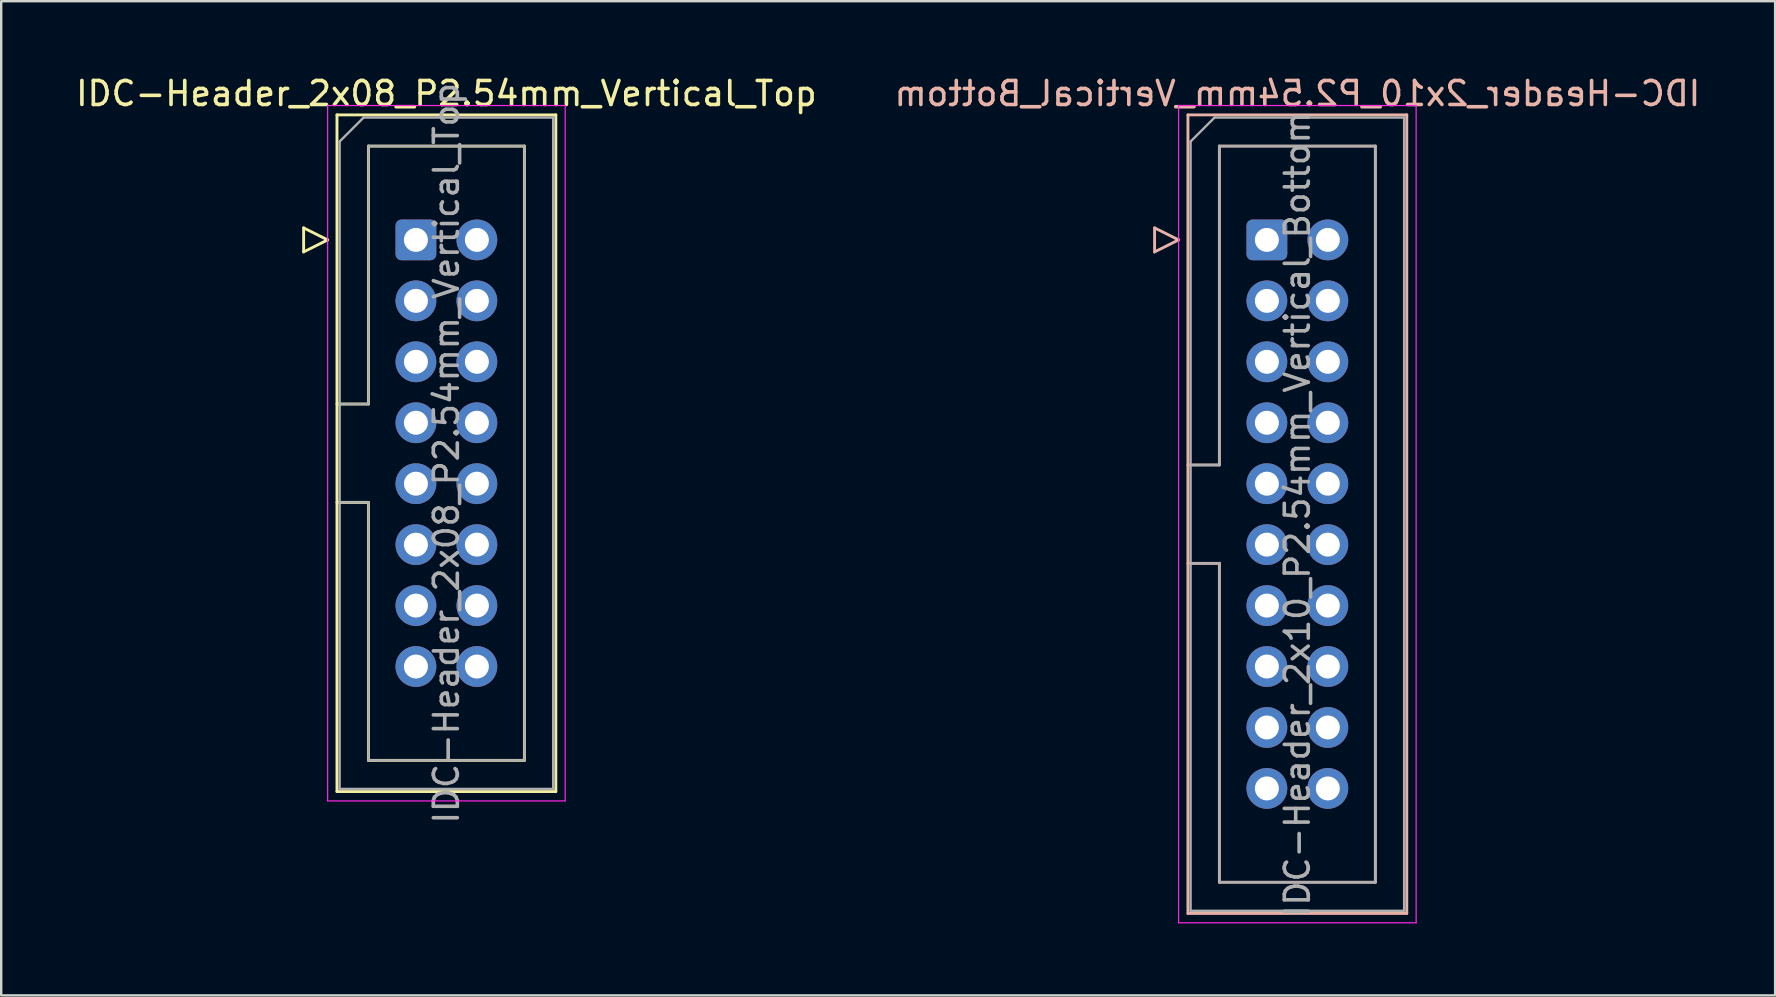
<source format=kicad_pcb>
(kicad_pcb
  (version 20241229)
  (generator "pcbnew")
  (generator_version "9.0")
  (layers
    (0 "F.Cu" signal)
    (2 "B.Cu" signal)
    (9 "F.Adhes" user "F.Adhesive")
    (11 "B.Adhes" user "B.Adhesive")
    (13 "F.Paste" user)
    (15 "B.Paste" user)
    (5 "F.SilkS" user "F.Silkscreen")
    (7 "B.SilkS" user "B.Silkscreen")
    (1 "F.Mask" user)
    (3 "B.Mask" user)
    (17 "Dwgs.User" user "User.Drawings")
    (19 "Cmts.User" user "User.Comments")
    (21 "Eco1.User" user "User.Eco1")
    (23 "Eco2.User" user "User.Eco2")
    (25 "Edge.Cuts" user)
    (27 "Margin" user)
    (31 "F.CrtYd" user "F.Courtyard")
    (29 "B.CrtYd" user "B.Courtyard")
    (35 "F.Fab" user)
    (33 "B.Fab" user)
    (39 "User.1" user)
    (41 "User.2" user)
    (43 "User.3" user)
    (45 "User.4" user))
  (footprint "IDC-Header_2x10_P2.54mm_Vertical_Bottom"
    (layer "F.Cu")
    (at 49.748 6.948)
    (property "Reference" "IDC-Header_2x10_P2.54mm_Vertical_Bottom" (at 1.27 -6.1 0) (layer "B.SilkS") (effects (font (size 1 1) (thickness 0.15)) (justify mirror)))
    (attr through_hole)
    (fp_line (start -1.98 13.48) (end -1.98 13.48) (stroke (width 0.12) (type solid)) (layer "F.SilkS"))
    (fp_line (start -4.68 -0.5) (end -4.68 0.5) (stroke (width 0.12) (type solid)) (layer "B.SilkS"))
    (fp_line (start -4.68 0.5) (end -3.68 0) (stroke (width 0.12) (type solid)) (layer "B.SilkS"))
    (fp_line (start -3.68 0) (end -4.68 -0.5) (stroke (width 0.12) (type solid)) (layer "B.SilkS"))
    (fp_line (start -3.29 -5.21) (end 5.83 -5.21) (stroke (width 0.12) (type solid)) (layer "B.SilkS"))
    (fp_line (start -3.29 9.38) (end -1.98 9.38) (stroke (width 0.12) (type solid)) (layer "B.SilkS"))
    (fp_line (start -3.29 28.07) (end -3.29 -5.21) (stroke (width 0.12) (type solid)) (layer "B.SilkS"))
    (fp_line (start -1.98 -3.91) (end 4.52 -3.91) (stroke (width 0.12) (type solid)) (layer "B.SilkS"))
    (fp_line (start -1.98 9.38) (end -1.98 -3.91) (stroke (width 0.12) (type solid)) (layer "B.SilkS"))
    (fp_line (start -1.98 13.48) (end -3.29 13.48) (stroke (width 0.12) (type solid)) (layer "B.SilkS"))
    (fp_line (start -1.98 26.77) (end -1.98 13.48) (stroke (width 0.12) (type solid)) (layer "B.SilkS"))
    (fp_line (start 4.52 -3.91) (end 4.52 26.77) (stroke (width 0.12) (type solid)) (layer "B.SilkS"))
    (fp_line (start 4.52 26.77) (end -1.98 26.77) (stroke (width 0.12) (type solid)) (layer "B.SilkS"))
    (fp_line (start 5.83 -5.21) (end 5.83 28.07) (stroke (width 0.12) (type solid)) (layer "B.SilkS"))
    (fp_line (start 5.83 28.07) (end -3.29 28.07) (stroke (width 0.12) (type solid)) (layer "B.SilkS"))
    (fp_line (start -3.68 -5.6) (end -3.68 28.46) (stroke (width 0.05) (type solid)) (layer "F.CrtYd"))
    (fp_line (start -3.68 28.46) (end 6.22 28.46) (stroke (width 0.05) (type solid)) (layer "F.CrtYd"))
    (fp_line (start 6.22 -5.6) (end -3.68 -5.6) (stroke (width 0.05) (type solid)) (layer "F.CrtYd"))
    (fp_line (start 6.22 28.46) (end 6.22 -5.6) (stroke (width 0.05) (type solid)) (layer "F.CrtYd"))
    (fp_line (start -3.18 -4.1) (end -2.18 -5.1) (stroke (width 0.1) (type solid)) (layer "F.Fab"))
    (fp_line (start -3.18 9.38) (end -1.98 9.38) (stroke (width 0.1) (type solid)) (layer "F.Fab"))
    (fp_line (start -3.18 27.96) (end -3.18 -4.1) (stroke (width 0.1) (type solid)) (layer "F.Fab"))
    (fp_line (start -2.18 -5.1) (end 5.72 -5.1) (stroke (width 0.1) (type solid)) (layer "F.Fab"))
    (fp_line (start -1.98 -3.91) (end 4.52 -3.91) (stroke (width 0.1) (type solid)) (layer "F.Fab"))
    (fp_line (start -1.98 9.38) (end -1.98 -3.91) (stroke (width 0.1) (type solid)) (layer "F.Fab"))
    (fp_line (start -1.98 13.48) (end -3.18 13.48) (stroke (width 0.1) (type solid)) (layer "F.Fab"))
    (fp_line (start -1.98 13.48) (end -1.98 13.48) (stroke (width 0.1) (type solid)) (layer "F.Fab"))
    (fp_line (start -1.98 26.77) (end -1.98 13.48) (stroke (width 0.1) (type solid)) (layer "F.Fab"))
    (fp_line (start 4.52 -3.91) (end 4.52 26.77) (stroke (width 0.1) (type solid)) (layer "F.Fab"))
    (fp_line (start 4.52 26.77) (end -1.98 26.77) (stroke (width 0.1) (type solid)) (layer "F.Fab"))
    (fp_line (start 5.72 -5.1) (end 5.72 27.96) (stroke (width 0.1) (type solid)) (layer "F.Fab"))
    (fp_line (start 5.72 27.96) (end -3.18 27.96) (stroke (width 0.1) (type solid)) (layer "F.Fab"))
    (fp_text user "${REFERENCE}" (at 1.27 11.43 90) (layer "F.Fab") (effects (font (size 1 1) (thickness 0.15))))
    (pad "1" thru_hole roundrect (at 0 0) (size 1.7 1.7) (drill 1) (layers "*.Cu" "F.Mask") (roundrect_rratio 0.147))
    (pad "2" thru_hole circle (at 2.54 0) (size 1.7 1.7) (drill 1) (layers "*.Cu" "F.Mask"))
    (pad "3" thru_hole circle (at 0 2.54) (size 1.7 1.7) (drill 1) (layers "*.Cu" "F.Mask"))
    (pad "4" thru_hole circle (at 2.54 2.54) (size 1.7 1.7) (drill 1) (layers "*.Cu" "F.Mask"))
    (pad "5" thru_hole circle (at 0 5.08) (size 1.7 1.7) (drill 1) (layers "*.Cu" "F.Mask"))
    (pad "6" thru_hole circle (at 2.54 5.08) (size 1.7 1.7) (drill 1) (layers "*.Cu" "F.Mask"))
    (pad "7" thru_hole circle (at 0 7.62) (size 1.7 1.7) (drill 1) (layers "*.Cu" "F.Mask"))
    (pad "8" thru_hole circle (at 2.54 7.62) (size 1.7 1.7) (drill 1) (layers "*.Cu" "F.Mask"))
    (pad "9" thru_hole circle (at 0 10.16) (size 1.7 1.7) (drill 1) (layers "*.Cu" "F.Mask"))
    (pad "10" thru_hole circle (at 2.54 10.16) (size 1.7 1.7) (drill 1) (layers "*.Cu" "F.Mask"))
    (pad "11" thru_hole circle (at 0 12.7) (size 1.7 1.7) (drill 1) (layers "*.Cu" "F.Mask"))
    (pad "12" thru_hole circle (at 2.54 12.7) (size 1.7 1.7) (drill 1) (layers "*.Cu" "F.Mask"))
    (pad "13" thru_hole circle (at 0 15.24) (size 1.7 1.7) (drill 1) (layers "*.Cu" "F.Mask"))
    (pad "14" thru_hole circle (at 2.54 15.24) (size 1.7 1.7) (drill 1) (layers "*.Cu" "F.Mask"))
    (pad "15" thru_hole circle (at 0 17.78) (size 1.7 1.7) (drill 1) (layers "*.Cu" "F.Mask"))
    (pad "16" thru_hole circle (at 2.54 17.78) (size 1.7 1.7) (drill 1) (layers "*.Cu" "F.Mask"))
    (pad "17" thru_hole circle (at 0 20.32) (size 1.7 1.7) (drill 1) (layers "*.Cu" "F.Mask"))
    (pad "18" thru_hole circle (at 2.54 20.32) (size 1.7 1.7) (drill 1) (layers "*.Cu" "F.Mask"))
    (pad "19" thru_hole circle (at 0 22.86) (size 1.7 1.7) (drill 1) (layers "*.Cu" "F.Mask"))
    (pad "20" thru_hole circle (at 2.54 22.86) (size 1.7 1.7) (drill 1) (layers "*.Cu" "F.Mask")))
  (footprint "IDC-Header_2x08_P2.54mm_Vertical_Top"
    (layer "F.Cu")
    (at 14.284 6.948)
    (property "Reference" "IDC-Header_2x08_P2.54mm_Vertical_Top" (at 1.27 -6.1 0) (layer "F.SilkS") (effects (font (size 1 1) (thickness 0.15))))
    (attr through_hole)
    (fp_line (start -4.68 -0.5) (end -4.68 0.5) (stroke (width 0.12) (type solid)) (layer "F.SilkS"))
    (fp_line (start -4.68 0.5) (end -3.68 0) (stroke (width 0.12) (type solid)) (layer "F.SilkS"))
    (fp_line (start -3.68 0) (end -4.68 -0.5) (stroke (width 0.12) (type solid)) (layer "F.SilkS"))
    (fp_line (start -3.29 -5.21) (end 5.83 -5.21) (stroke (width 0.12) (type solid)) (layer "F.SilkS"))
    (fp_line (start -3.29 6.84) (end -1.98 6.84) (stroke (width 0.12) (type solid)) (layer "F.SilkS"))
    (fp_line (start -3.29 22.99) (end -3.29 -5.21) (stroke (width 0.12) (type solid)) (layer "F.SilkS"))
    (fp_line (start -1.98 -3.91) (end 4.52 -3.91) (stroke (width 0.12) (type solid)) (layer "F.SilkS"))
    (fp_line (start -1.98 6.84) (end -1.98 -3.91) (stroke (width 0.12) (type solid)) (layer "F.SilkS"))
    (fp_line (start -1.98 10.94) (end -3.29 10.94) (stroke (width 0.12) (type solid)) (layer "F.SilkS"))
    (fp_line (start -1.98 10.94) (end -1.98 10.94) (stroke (width 0.12) (type solid)) (layer "F.SilkS"))
    (fp_line (start -1.98 21.69) (end -1.98 10.94) (stroke (width 0.12) (type solid)) (layer "F.SilkS"))
    (fp_line (start 4.52 -3.91) (end 4.52 21.69) (stroke (width 0.12) (type solid)) (layer "F.SilkS"))
    (fp_line (start 4.52 21.69) (end -1.98 21.69) (stroke (width 0.12) (type solid)) (layer "F.SilkS"))
    (fp_line (start 5.83 -5.21) (end 5.83 22.99) (stroke (width 0.12) (type solid)) (layer "F.SilkS"))
    (fp_line (start 5.83 22.99) (end -3.29 22.99) (stroke (width 0.12) (type solid)) (layer "F.SilkS"))
    (fp_line (start -3.68 -5.6) (end -3.68 23.38) (stroke (width 0.05) (type solid)) (layer "F.CrtYd"))
    (fp_line (start -3.68 23.38) (end 6.22 23.38) (stroke (width 0.05) (type solid)) (layer "F.CrtYd"))
    (fp_line (start 6.22 -5.6) (end -3.68 -5.6) (stroke (width 0.05) (type solid)) (layer "F.CrtYd"))
    (fp_line (start 6.22 23.38) (end 6.22 -5.6) (stroke (width 0.05) (type solid)) (layer "F.CrtYd"))
    (fp_line (start -3.18 -4.1) (end -2.18 -5.1) (stroke (width 0.1) (type solid)) (layer "F.Fab"))
    (fp_line (start -3.18 6.84) (end -1.98 6.84) (stroke (width 0.1) (type solid)) (layer "F.Fab"))
    (fp_line (start -3.18 22.88) (end -3.18 -4.1) (stroke (width 0.1) (type solid)) (layer "F.Fab"))
    (fp_line (start -2.18 -5.1) (end 5.72 -5.1) (stroke (width 0.1) (type solid)) (layer "F.Fab"))
    (fp_line (start -1.98 -3.91) (end 4.52 -3.91) (stroke (width 0.1) (type solid)) (layer "F.Fab"))
    (fp_line (start -1.98 6.84) (end -1.98 -3.91) (stroke (width 0.1) (type solid)) (layer "F.Fab"))
    (fp_line (start -1.98 10.94) (end -3.18 10.94) (stroke (width 0.1) (type solid)) (layer "F.Fab"))
    (fp_line (start -1.98 10.94) (end -1.98 10.94) (stroke (width 0.1) (type solid)) (layer "F.Fab"))
    (fp_line (start -1.98 21.69) (end -1.98 10.94) (stroke (width 0.1) (type solid)) (layer "F.Fab"))
    (fp_line (start 4.52 -3.91) (end 4.52 21.69) (stroke (width 0.1) (type solid)) (layer "F.Fab"))
    (fp_line (start 4.52 21.69) (end -1.98 21.69) (stroke (width 0.1) (type solid)) (layer "F.Fab"))
    (fp_line (start 5.72 -5.1) (end 5.72 22.88) (stroke (width 0.1) (type solid)) (layer "F.Fab"))
    (fp_line (start 5.72 22.88) (end -3.18 22.88) (stroke (width 0.1) (type solid)) (layer "F.Fab"))
    (fp_text user "${REFERENCE}" (at 1.27 8.89 90) (layer "F.Fab") (effects (font (size 1 1) (thickness 0.15))))
    (pad "1" thru_hole roundrect (at 0 0) (size 1.7 1.7) (drill 1) (layers "*.Cu" "B.Mask") (roundrect_rratio 0.147))
    (pad "2" thru_hole circle (at 2.54 0) (size 1.7 1.7) (drill 1) (layers "*.Cu" "B.Mask"))
    (pad "3" thru_hole circle (at 0 2.54) (size 1.7 1.7) (drill 1) (layers "*.Cu" "B.Mask"))
    (pad "4" thru_hole circle (at 2.54 2.54) (size 1.7 1.7) (drill 1) (layers "*.Cu" "B.Mask"))
    (pad "5" thru_hole circle (at 0 5.08) (size 1.7 1.7) (drill 1) (layers "*.Cu" "B.Mask"))
    (pad "6" thru_hole circle (at 2.54 5.08) (size 1.7 1.7) (drill 1) (layers "*.Cu" "B.Mask"))
    (pad "7" thru_hole circle (at 0 7.62) (size 1.7 1.7) (drill 1) (layers "*.Cu" "B.Mask"))
    (pad "8" thru_hole circle (at 2.54 7.62) (size 1.7 1.7) (drill 1) (layers "*.Cu" "B.Mask"))
    (pad "9" thru_hole circle (at 0 10.16) (size 1.7 1.7) (drill 1) (layers "*.Cu" "B.Mask"))
    (pad "10" thru_hole circle (at 2.54 10.16) (size 1.7 1.7) (drill 1) (layers "*.Cu" "B.Mask"))
    (pad "11" thru_hole circle (at 0 12.7) (size 1.7 1.7) (drill 1) (layers "*.Cu" "B.Mask"))
    (pad "12" thru_hole circle (at 2.54 12.7) (size 1.7 1.7) (drill 1) (layers "*.Cu" "B.Mask"))
    (pad "13" thru_hole circle (at 0 15.24) (size 1.7 1.7) (drill 1) (layers "*.Cu" "B.Mask"))
    (pad "14" thru_hole circle (at 2.54 15.24) (size 1.7 1.7) (drill 1) (layers "*.Cu" "B.Mask"))
    (pad "15" thru_hole circle (at 0 17.78) (size 1.7 1.7) (drill 1) (layers "*.Cu" "B.Mask"))
    (pad "16" thru_hole circle (at 2.54 17.78) (size 1.7 1.7) (drill 1) (layers "*.Cu" "B.Mask")))
  (gr_rect
    (start -3 -3)
    (end 70.929 38.433)
    (stroke (width 0.1) (type default))
    (fill no)
    (layer "Edge.Cuts")))
</source>
